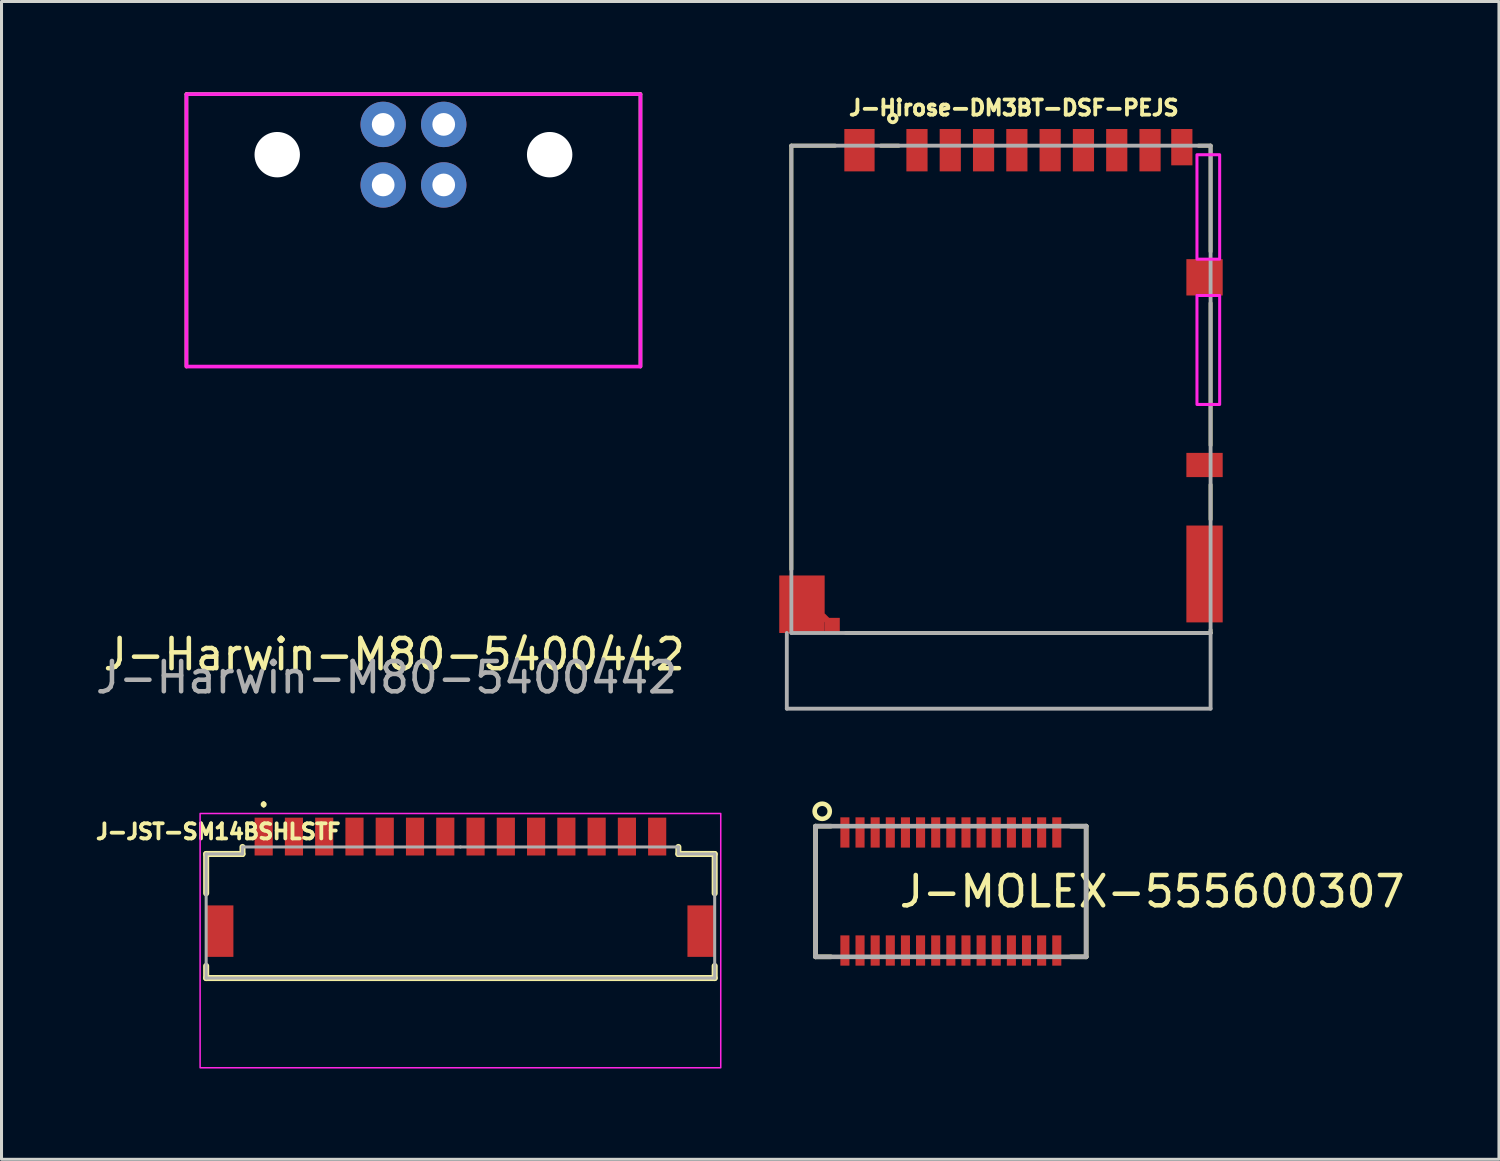
<source format=kicad_pcb>
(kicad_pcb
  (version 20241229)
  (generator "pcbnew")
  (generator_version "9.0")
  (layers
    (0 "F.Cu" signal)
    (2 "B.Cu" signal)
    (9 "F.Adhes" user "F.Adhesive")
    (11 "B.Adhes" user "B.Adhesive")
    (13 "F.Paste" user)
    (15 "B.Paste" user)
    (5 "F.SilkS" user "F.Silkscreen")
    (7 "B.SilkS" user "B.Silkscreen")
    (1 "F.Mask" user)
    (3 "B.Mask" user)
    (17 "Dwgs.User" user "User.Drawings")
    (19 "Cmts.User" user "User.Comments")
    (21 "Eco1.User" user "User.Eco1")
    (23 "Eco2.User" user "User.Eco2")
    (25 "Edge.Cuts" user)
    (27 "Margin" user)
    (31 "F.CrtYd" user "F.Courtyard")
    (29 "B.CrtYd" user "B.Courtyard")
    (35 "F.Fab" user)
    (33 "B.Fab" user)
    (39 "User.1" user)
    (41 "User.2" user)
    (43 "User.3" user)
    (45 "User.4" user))
  (footprint "J-MOLEX-555600307"
    (layer "F.Cu")
    (at 28.363 26.402)
    (property "Reference" "J-MOLEX-555600307" (at 6.65 0 0) (layer "F.SilkS") (effects (font (size 1 1) (thickness 0.15))))
    (attr smd)
    (fp_line (start -4.47 -2.159) (end -4.47 2.159) (stroke (width 0.152) (type solid)) (layer "F.SilkS"))
    (fp_line (start -4.47 2.159) (end -3.962 2.159) (stroke (width 0.152) (type solid)) (layer "F.SilkS"))
    (fp_line (start -3.962 -2.159) (end -4.47 -2.159) (stroke (width 0.152) (type solid)) (layer "F.SilkS"))
    (fp_line (start 3.962 2.159) (end 4.47 2.159) (stroke (width 0.152) (type solid)) (layer "F.SilkS"))
    (fp_line (start 4.47 -2.159) (end 3.962 -2.159) (stroke (width 0.152) (type solid)) (layer "F.SilkS"))
    (fp_line (start 4.47 2.159) (end 4.47 -2.159) (stroke (width 0.152) (type solid)) (layer "F.SilkS"))
    (fp_circle (center -4.25 -2.65) (end -4.25 -2.4) (stroke (width 0.152) (type default)) (fill no) (layer "F.SilkS"))
    (fp_line (start -4.47 -2.159) (end -4.47 2.159) (stroke (width 0.152) (type solid)) (layer "F.Fab"))
    (fp_line (start -4.47 2.159) (end 4.47 2.159) (stroke (width 0.152) (type solid)) (layer "F.Fab"))
    (fp_line (start 4.47 -2.159) (end -4.47 -2.159) (stroke (width 0.152) (type solid)) (layer "F.Fab"))
    (fp_line (start 4.47 2.159) (end 4.47 -2.159) (stroke (width 0.152) (type solid)) (layer "F.Fab"))
    (pad "1" smd rect (at -3.5 -1.95) (size 0.3 1) (layers "F.Cu" "F.Mask" "F.Paste"))
    (pad "2" smd rect (at -3 -1.95) (size 0.3 1) (layers "F.Cu" "F.Mask" "F.Paste"))
    (pad "3" smd rect (at -2.5 -1.95) (size 0.3 1) (layers "F.Cu" "F.Mask" "F.Paste"))
    (pad "4" smd rect (at -2 -1.95) (size 0.3 1) (layers "F.Cu" "F.Mask" "F.Paste"))
    (pad "5" smd rect (at -1.5 -1.95) (size 0.3 1) (layers "F.Cu" "F.Mask" "F.Paste"))
    (pad "6" smd rect (at -1 -1.95) (size 0.3 1) (layers "F.Cu" "F.Mask" "F.Paste"))
    (pad "7" smd rect (at -0.5 -1.95) (size 0.3 1) (layers "F.Cu" "F.Mask" "F.Paste"))
    (pad "8" smd rect (at 0 -1.95) (size 0.3 1) (layers "F.Cu" "F.Mask" "F.Paste"))
    (pad "9" smd rect (at 0.5 -1.95) (size 0.3 1) (layers "F.Cu" "F.Mask" "F.Paste"))
    (pad "10" smd rect (at 1 -1.95) (size 0.3 1) (layers "F.Cu" "F.Mask" "F.Paste"))
    (pad "11" smd rect (at 1.5 -1.95) (size 0.3 1) (layers "F.Cu" "F.Mask" "F.Paste"))
    (pad "12" smd rect (at 2 -1.95) (size 0.3 1) (layers "F.Cu" "F.Mask" "F.Paste"))
    (pad "13" smd rect (at 2.5 -1.95) (size 0.3 1) (layers "F.Cu" "F.Mask" "F.Paste"))
    (pad "14" smd rect (at 3 -1.95) (size 0.3 1) (layers "F.Cu" "F.Mask" "F.Paste"))
    (pad "15" smd rect (at 3.5 -1.95) (size 0.3 1) (layers "F.Cu" "F.Mask" "F.Paste"))
    (pad "16" smd rect (at 3.5 1.95) (size 0.3 1) (layers "F.Cu" "F.Mask" "F.Paste"))
    (pad "17" smd rect (at 3 1.95) (size 0.3 1) (layers "F.Cu" "F.Mask" "F.Paste"))
    (pad "18" smd rect (at 2.5 1.95) (size 0.3 1) (layers "F.Cu" "F.Mask" "F.Paste"))
    (pad "19" smd rect (at 2 1.95) (size 0.3 1) (layers "F.Cu" "F.Mask" "F.Paste"))
    (pad "20" smd rect (at 1.5 1.95) (size 0.3 1) (layers "F.Cu" "F.Mask" "F.Paste"))
    (pad "21" smd rect (at 1 1.95) (size 0.3 1) (layers "F.Cu" "F.Mask" "F.Paste"))
    (pad "22" smd rect (at 0.5 1.95) (size 0.3 1) (layers "F.Cu" "F.Mask" "F.Paste"))
    (pad "23" smd rect (at 0 1.95) (size 0.3 1) (layers "F.Cu" "F.Mask" "F.Paste"))
    (pad "24" smd rect (at -0.5 1.95) (size 0.3 1) (layers "F.Cu" "F.Mask" "F.Paste"))
    (pad "25" smd rect (at -1 1.95) (size 0.3 1) (layers "F.Cu" "F.Mask" "F.Paste"))
    (pad "26" smd rect (at -1.5 1.95) (size 0.3 1) (layers "F.Cu" "F.Mask" "F.Paste"))
    (pad "27" smd rect (at -2 1.95) (size 0.3 1) (layers "F.Cu" "F.Mask" "F.Paste"))
    (pad "28" smd rect (at -2.5 1.95) (size 0.3 1) (layers "F.Cu" "F.Mask" "F.Paste"))
    (pad "29" smd rect (at -3 1.95) (size 0.3 1) (layers "F.Cu" "F.Mask" "F.Paste"))
    (pad "30" smd rect (at -3.5 1.95) (size 0.3 1) (layers "F.Cu" "F.Mask" "F.Paste")))
  (footprint "J-Harwin-M80-5400442"
    (layer "F.Cu")
    (at 10.609 2.06)
    (property "Reference" "J-Harwin-M80-5400442" (at -0.635 16.51 0) (unlocked yes) (layer "F.SilkS") (effects (font (size 1 1) (thickness 0.15))))
    (attr through_hole)
    (fp_line (start -7.5 -2) (end -7.5 7) (stroke (width 0.12) (type default)) (layer "F.SilkS"))
    (fp_line (start -7.5 -2) (end 7.5 -2) (stroke (width 0.12) (type default)) (layer "F.SilkS"))
    (fp_line (start 7.5 -2) (end 7.5 7) (stroke (width 0.12) (type default)) (layer "F.SilkS"))
    (fp_rect (start -7.5 -2) (end 7.5 7) (stroke (width 0.12) (type default)) (fill no) (layer "F.CrtYd"))
    (fp_text user "${REFERENCE}" (at -0.889 17.272 0) (unlocked yes) (layer "F.Fab") (effects (font (size 1 1) (thickness 0.15))))
    (pad "" np_thru_hole circle (at -4.5 0) (size 1.5 1.5) (drill 2.5) (layers "*.Cu" "*.Mask"))
    (pad "" np_thru_hole circle (at 4.5 0) (size 1.5 1.5) (drill 2.5) (layers "*.Cu" "*.Mask"))
    (pad "1" thru_hole circle (at 1 -1) (size 1.5 1.5) (drill 0.75) (layers "*.Cu" "*.Mask"))
    (pad "2" thru_hole circle (at -1 -1) (size 1.5 1.5) (drill 0.75) (layers "*.Cu" "*.Mask"))
    (pad "3" thru_hole circle (at 1 1) (size 1.5 1.5) (drill 0.75) (layers "*.Cu" "*.Mask"))
    (pad "4" thru_hole circle (at -1 1) (size 1.5 1.5) (drill 0.75) (layers "*.Cu" "*.Mask")))
  (footprint "J-Hirose-DM3BT-DSF-PEJS"
    (layer "F.Cu")
    (at 30.444 17.862)
    (property "Reference" "J-Hirose-DM3BT-DSF-PEJS" (at 0 -17.35 0) (layer "F.SilkS") (effects (font (size 0.5 0.5) (thickness 0.125) (bold yes))))
    (fp_line (start -7.35 -2.1) (end -7.35 -16.1) (stroke (width 0.127) (type solid)) (layer "F.SilkS"))
    (fp_line (start -5.9 -16.1) (end -7.35 -16.1) (stroke (width 0.127) (type solid)) (layer "F.SilkS"))
    (fp_line (start -4.4 -16.1) (end -3.8 -16.1) (stroke (width 0.127) (type solid)) (layer "F.SilkS"))
    (fp_line (start 6.1 -16.1) (end 6.5 -16.1) (stroke (width 0.127) (type solid)) (layer "F.SilkS"))
    (fp_line (start 6.5 -16.1) (end 6.5 -12.6) (stroke (width 0.127) (type solid)) (layer "F.SilkS"))
    (fp_line (start 6.5 -10.9) (end 6.5 -6.2) (stroke (width 0.127) (type solid)) (layer "F.SilkS"))
    (fp_line (start 6.5 -3.75) (end 6.5 -4.9) (stroke (width 0.127) (type solid)) (layer "F.SilkS"))
    (fp_line (start 6.5 -0.1) (end 6.5 0) (stroke (width 0.127) (type solid)) (layer "F.SilkS"))
    (fp_line (start 6.5 0) (end -5.55 0) (stroke (width 0.127) (type solid)) (layer "F.SilkS"))
    (fp_circle (center -4 -17) (end -3.873 -17) (stroke (width 0.127) (type solid)) (fill no) (layer "F.SilkS"))
    (fp_poly (pts (xy 6.05 -12.35) (xy 6.8 -12.35) (xy 6.8 -15.8) (xy 6.05 -15.8)) (stroke (width 0.1) (type solid)) (fill no) (layer "F.CrtYd"))
    (fp_poly (pts (xy 6.05 -7.55) (xy 6.8 -7.55) (xy 6.8 -11.15) (xy 6.05 -11.15)) (stroke (width 0.1) (type solid)) (fill no) (layer "F.CrtYd"))
    (fp_line (start -7.5 2.5) (end -7.5 0) (stroke (width 0.127) (type solid)) (layer "F.Fab"))
    (fp_line (start -7.5 2.5) (end 6.5 2.5) (stroke (width 0.127) (type solid)) (layer "F.Fab"))
    (fp_line (start -7.35 -16.1) (end -7.35 0) (stroke (width 0.127) (type solid)) (layer "F.Fab"))
    (fp_line (start -7.35 0) (end 6.5 0) (stroke (width 0.127) (type solid)) (layer "F.Fab"))
    (fp_line (start 6.5 -16.1) (end -7.35 -16.1) (stroke (width 0.127) (type solid)) (layer "F.Fab"))
    (fp_line (start 6.5 0) (end 6.5 -16.1) (stroke (width 0.127) (type solid)) (layer "F.Fab"))
    (fp_line (start 6.5 2.5) (end 6.5 0) (stroke (width 0.127) (type solid)) (layer "F.Fab"))
    (pad "1" smd rect (at -3.2 -15.95 90) (size 1.4 0.7) (layers "F.Cu" "F.Mask" "F.Paste"))
    (pad "2" smd rect (at -2.1 -15.95 90) (size 1.4 0.7) (layers "F.Cu" "F.Mask" "F.Paste"))
    (pad "3" smd rect (at -1 -15.95 90) (size 1.4 0.7) (layers "F.Cu" "F.Mask" "F.Paste"))
    (pad "4" smd rect (at 0.1 -15.95 90) (size 1.4 0.7) (layers "F.Cu" "F.Mask" "F.Paste"))
    (pad "5" smd rect (at 1.2 -15.95 90) (size 1.4 0.7) (layers "F.Cu" "F.Mask" "F.Paste"))
    (pad "6" smd rect (at 2.3 -15.95 90) (size 1.4 0.7) (layers "F.Cu" "F.Mask" "F.Paste"))
    (pad "7" smd rect (at 3.4 -15.95 90) (size 1.4 0.7) (layers "F.Cu" "F.Mask" "F.Paste"))
    (pad "8" smd rect (at 4.5 -15.95 90) (size 1.4 0.7) (layers "F.Cu" "F.Mask" "F.Paste"))
    (pad "CD" smd rect (at 5.55 -16.05 90) (size 1.2 0.7) (layers "F.Cu" "F.Mask" "F.Paste"))
    (pad "CGND1" smd rect (at -6 -0.25) (size 0.5 0.5) (layers "F.Cu" "F.Mask" "F.Paste"))
    (pad "CGND2" smd rect (at -7 -0.95) (size 1.5 1.9) (layers "F.Cu" "F.Mask" "F.Paste"))
    (pad "CGND3" smd rect (at -6.25 -0.5 45) (size 0.21 0.21) (layers "F.Cu" "F.Mask" "F.Paste"))
    (pad "CGND4" smd rect (at -5.1 -15.95) (size 1 1.4) (layers "F.Cu" "F.Mask" "F.Paste"))
    (pad "CGND5" smd rect (at 6.3 -11.75) (size 1.2 1.2) (layers "F.Cu" "F.Mask" "F.Paste"))
    (pad "CGND6" smd rect (at 6.3 -1.95) (size 1.2 3.2) (layers "F.Cu" "F.Mask" "F.Paste"))
    (pad "GND" smd rect (at 6.3 -5.55) (size 1.2 0.8) (layers "F.Cu" "F.Mask" "F.Paste")))
  (footprint "J-JST-SM14BSHLSTF"
    (layer "F.Cu")
    (at 12.161 26.925)
    (property "Reference" "J-JST-SM14BSHLSTF" (at -8 -2.5 0) (layer "F.SilkS") (effects (font (size 0.5 0.5) (thickness 0.125) (bold yes))))
    (attr smd)
    (fp_line (start -8.4 -1.762) (end -7.2 -1.762) (stroke (width 0.2) (type solid)) (layer "F.SilkS"))
    (fp_line (start -8.4 -0.463) (end -8.4 -1.762) (stroke (width 0.2) (type solid)) (layer "F.SilkS"))
    (fp_line (start -8.4 1.937) (end -8.4 2.337) (stroke (width 0.2) (type solid)) (layer "F.SilkS"))
    (fp_line (start -8.4 2.337) (end 8.4 2.337) (stroke (width 0.2) (type solid)) (layer "F.SilkS"))
    (fp_line (start -7.2 -1.762) (end -7.2 -1.994) (stroke (width 0.2) (type solid)) (layer "F.SilkS"))
    (fp_line (start -6.5 -3.45) (end -6.5 -3.45) (stroke (width 0.1) (type solid)) (layer "F.SilkS"))
    (fp_line (start -6.5 -3.35) (end -6.5 -3.35) (stroke (width 0.1) (type solid)) (layer "F.SilkS"))
    (fp_line (start 7.2 -1.762) (end 7.2 -1.994) (stroke (width 0.2) (type solid)) (layer "F.SilkS"))
    (fp_line (start 8.4 -1.762) (end 7.2 -1.762) (stroke (width 0.2) (type solid)) (layer "F.SilkS"))
    (fp_line (start 8.4 -0.463) (end 8.4 -1.762) (stroke (width 0.2) (type solid)) (layer "F.SilkS"))
    (fp_line (start 8.4 2.337) (end 8.4 1.937) (stroke (width 0.2) (type solid)) (layer "F.SilkS"))
    (fp_arc (start -6.5 -3.45) (mid -6.45 -3.4) (end -6.5 -3.35) (stroke (width 0.1) (type solid)) (layer "F.SilkS"))
    (fp_arc (start -6.5 -3.35) (mid -6.55 -3.4) (end -6.5 -3.45) (stroke (width 0.1) (type solid)) (layer "F.SilkS"))
    (fp_rect (start -8.6 -3.1) (end 8.6 5.3) (stroke (width 0.05) (type default)) (fill no) (layer "F.CrtYd"))
    (fp_line (start -8.4 -1.762) (end -7.2 -1.762) (stroke (width 0.1) (type solid)) (layer "F.Fab"))
    (fp_line (start -8.4 2.337) (end -8.4 -1.762) (stroke (width 0.1) (type solid)) (layer "F.Fab"))
    (fp_line (start -7.2 -1.994) (end 0 -1.994) (stroke (width 0.1) (type solid)) (layer "F.Fab"))
    (fp_line (start -7.2 -1.762) (end -7.2 -1.994) (stroke (width 0.1) (type solid)) (layer "F.Fab"))
    (fp_line (start 0 -1.994) (end 7.2 -1.994) (stroke (width 0.1) (type solid)) (layer "F.Fab"))
    (fp_line (start 7.2 -1.994) (end 7.2 -1.762) (stroke (width 0.1) (type solid)) (layer "F.Fab"))
    (fp_line (start 7.2 -1.762) (end 8.4 -1.762) (stroke (width 0.1) (type solid)) (layer "F.Fab"))
    (fp_line (start 8.4 -1.762) (end 8.4 2.337) (stroke (width 0.1) (type solid)) (layer "F.Fab"))
    (fp_line (start 8.4 2.337) (end -8.4 2.337) (stroke (width 0.1) (type solid)) (layer "F.Fab"))
    (pad "1" smd rect (at -6.5 -2.337) (size 0.6 1.25) (layers "F.Cu" "F.Mask" "F.Paste"))
    (pad "2" smd rect (at -5.5 -2.337) (size 0.6 1.25) (layers "F.Cu" "F.Mask" "F.Paste"))
    (pad "3" smd rect (at -4.5 -2.337) (size 0.6 1.25) (layers "F.Cu" "F.Mask" "F.Paste"))
    (pad "4" smd rect (at -3.5 -2.337) (size 0.6 1.25) (layers "F.Cu" "F.Mask" "F.Paste"))
    (pad "5" smd rect (at -2.5 -2.337) (size 0.6 1.25) (layers "F.Cu" "F.Mask" "F.Paste"))
    (pad "6" smd rect (at -1.5 -2.337) (size 0.6 1.25) (layers "F.Cu" "F.Mask" "F.Paste"))
    (pad "7" smd rect (at -0.5 -2.337) (size 0.6 1.25) (layers "F.Cu" "F.Mask" "F.Paste"))
    (pad "8" smd rect (at 0.5 -2.337) (size 0.6 1.25) (layers "F.Cu" "F.Mask" "F.Paste"))
    (pad "9" smd rect (at 1.5 -2.337) (size 0.6 1.25) (layers "F.Cu" "F.Mask" "F.Paste"))
    (pad "10" smd rect (at 2.5 -2.337) (size 0.6 1.25) (layers "F.Cu" "F.Mask" "F.Paste"))
    (pad "11" smd rect (at 3.5 -2.337) (size 0.6 1.25) (layers "F.Cu" "F.Mask" "F.Paste"))
    (pad "12" smd rect (at 4.5 -2.337) (size 0.6 1.25) (layers "F.Cu" "F.Mask" "F.Paste"))
    (pad "13" smd rect (at 5.5 -2.337) (size 0.6 1.25) (layers "F.Cu" "F.Mask" "F.Paste"))
    (pad "14" smd rect (at 6.5 -2.337) (size 0.6 1.25) (layers "F.Cu" "F.Mask" "F.Paste"))
    (pad "15" smd rect (at -7.95 0.787) (size 0.9 1.7) (layers "F.Cu" "F.Mask" "F.Paste"))
    (pad "16" smd rect (at 7.95 0.787) (size 0.9 1.7) (layers "F.Cu" "F.Mask" "F.Paste")))
  (gr_rect
    (start -3 -3)
    (end 46.471 35.25)
    (stroke (width 0.1) (type default))
    (fill no)
    (layer "Edge.Cuts")))
</source>
